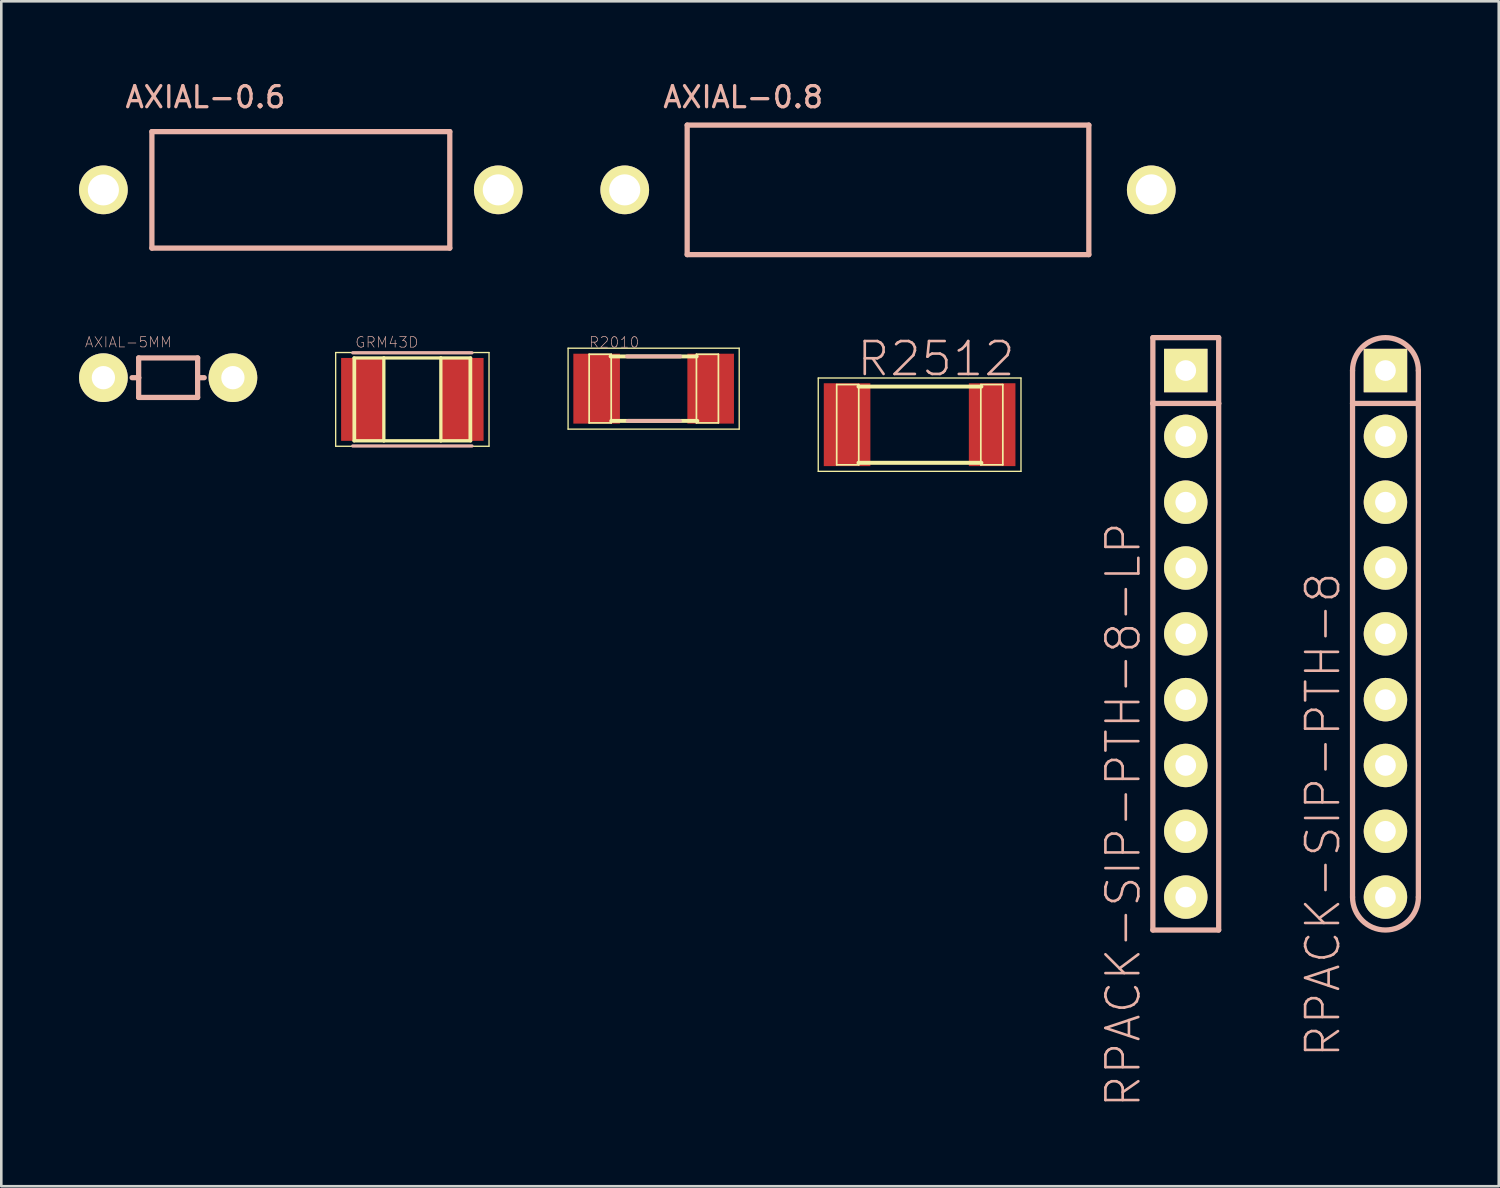
<source format=kicad_pcb>
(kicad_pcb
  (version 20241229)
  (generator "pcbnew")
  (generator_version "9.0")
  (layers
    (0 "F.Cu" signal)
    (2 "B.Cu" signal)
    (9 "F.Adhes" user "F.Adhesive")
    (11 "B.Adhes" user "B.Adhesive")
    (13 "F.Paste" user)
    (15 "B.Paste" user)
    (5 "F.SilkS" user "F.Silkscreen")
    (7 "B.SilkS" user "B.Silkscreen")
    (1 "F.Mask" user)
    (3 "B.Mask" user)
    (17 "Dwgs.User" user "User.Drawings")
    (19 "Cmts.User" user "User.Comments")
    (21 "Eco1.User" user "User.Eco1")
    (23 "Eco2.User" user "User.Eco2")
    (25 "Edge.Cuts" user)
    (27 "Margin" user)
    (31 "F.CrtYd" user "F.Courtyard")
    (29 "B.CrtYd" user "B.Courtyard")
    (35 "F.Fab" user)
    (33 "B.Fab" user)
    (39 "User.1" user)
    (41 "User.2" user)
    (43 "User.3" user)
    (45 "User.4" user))
  (footprint "AXIAL-0.8"
    (layer "F.Cu")
    (at 31.219 4.277)
    (property "Reference" "AXIAL-0.8" (at -5.588 -3.579 0) (layer "B.SilkS") (effects (font (size 0.813 0.813) (thickness 0.127))))
    (attr exclude_from_pos_files exclude_from_bom)
    (fp_line (start -7.75 -2.499) (end 7.75 -2.499) (stroke (width 0.203) (type solid)) (layer "B.SilkS"))
    (fp_line (start -7.75 2.499) (end -7.75 -2.499) (stroke (width 0.203) (type solid)) (layer "B.SilkS"))
    (fp_line (start 7.75 -2.499) (end 7.75 2.499) (stroke (width 0.203) (type solid)) (layer "B.SilkS"))
    (fp_line (start 7.75 2.499) (end -7.75 2.499) (stroke (width 0.203) (type solid)) (layer "B.SilkS"))
    (pad "P$1" thru_hole circle (at -10.16 0) (size 1.88 1.88) (drill 1.199) (layers "*.Cu" "F.Mask" "F.SilkS" "F.Paste"))
    (pad "P$2" thru_hole circle (at 10.16 0) (size 1.88 1.88) (drill 1.199) (layers "*.Cu" "F.Mask" "F.SilkS" "F.Paste")))
  (footprint "RPACK-SIP-PTH-8-LP"
    (layer "F.Cu")
    (at 42.71 11.25)
    (property "Reference" "RPACK-SIP-PTH-8-LP" (at -2.413 17.145 90) (layer "B.SilkS") (effects (font (size 1.27 1.27) (thickness 0.102))))
    (attr exclude_from_pos_files exclude_from_bom)
    (fp_line (start -1.27 -1.27) (end 1.27 -1.27) (stroke (width 0.203) (type solid)) (layer "B.SilkS"))
    (fp_line (start -1.27 1.27) (end -1.27 -1.27) (stroke (width 0.203) (type solid)) (layer "B.SilkS"))
    (fp_line (start -1.27 1.27) (end -1.27 21.59) (stroke (width 0.203) (type solid)) (layer "B.SilkS"))
    (fp_line (start -1.27 1.27) (end 1.27 1.27) (stroke (width 0.203) (type solid)) (layer "B.SilkS"))
    (fp_line (start -1.27 21.59) (end 1.27 21.59) (stroke (width 0.203) (type solid)) (layer "B.SilkS"))
    (fp_line (start 1.27 -1.27) (end 1.27 1.27) (stroke (width 0.203) (type solid)) (layer "B.SilkS"))
    (fp_line (start 1.27 21.59) (end 1.27 1.27) (stroke (width 0.203) (type solid)) (layer "B.SilkS"))
    (pad "P$1" thru_hole rect (at 0 0) (size 1.676 1.676) (drill 0.798) (layers "*.Cu" "F.Mask" "F.SilkS" "F.Paste"))
    (pad "P$2" thru_hole circle (at 0 2.54) (size 1.676 1.676) (drill 0.798) (layers "*.Cu" "F.Mask" "F.SilkS" "F.Paste"))
    (pad "P$3" thru_hole circle (at 0 5.08) (size 1.676 1.676) (drill 0.798) (layers "*.Cu" "F.Mask" "F.SilkS" "F.Paste"))
    (pad "P$4" thru_hole circle (at 0 7.62) (size 1.676 1.676) (drill 0.798) (layers "*.Cu" "F.Mask" "F.SilkS" "F.Paste"))
    (pad "P$5" thru_hole circle (at 0 10.16) (size 1.676 1.676) (drill 0.798) (layers "*.Cu" "F.Mask" "F.SilkS" "F.Paste"))
    (pad "P$6" thru_hole circle (at 0 12.7) (size 1.676 1.676) (drill 0.798) (layers "*.Cu" "F.Mask" "F.SilkS" "F.Paste"))
    (pad "P$7" thru_hole circle (at 0 15.24) (size 1.676 1.676) (drill 0.798) (layers "*.Cu" "F.Mask" "F.SilkS" "F.Paste"))
    (pad "P$8" thru_hole circle (at 0 17.78) (size 1.676 1.676) (drill 0.798) (layers "*.Cu" "F.Mask" "F.SilkS" "F.Paste"))
    (pad "P$9" thru_hole circle (at 0 20.32) (size 1.676 1.676) (drill 0.798) (layers "*.Cu" "F.Mask" "F.SilkS" "F.Paste")))
  (footprint "AXIAL-5MM"
    (layer "F.Cu")
    (at 3.439 11.525)
    (property "Reference" "AXIAL-5MM" (at -1.539 -1.369 0) (layer "B.SilkS") (effects (font (size 0.399 0.399) (thickness 0.025))))
    (attr exclude_from_pos_files exclude_from_bom)
    (fp_line (start -1.138 -0.762) (end 1.138 -0.762) (stroke (width 0.203) (type solid)) (layer "B.SilkS"))
    (fp_line (start -1.138 0) (end -1.392 0) (stroke (width 0.203) (type solid)) (layer "B.SilkS"))
    (fp_line (start -1.138 0) (end -1.138 -0.762) (stroke (width 0.203) (type solid)) (layer "B.SilkS"))
    (fp_line (start -1.138 0.762) (end -1.138 0) (stroke (width 0.203) (type solid)) (layer "B.SilkS"))
    (fp_line (start 1.138 -0.762) (end 1.138 0) (stroke (width 0.203) (type solid)) (layer "B.SilkS"))
    (fp_line (start 1.138 0) (end 1.138 0.762) (stroke (width 0.203) (type solid)) (layer "B.SilkS"))
    (fp_line (start 1.138 0) (end 1.392 0) (stroke (width 0.203) (type solid)) (layer "B.SilkS"))
    (fp_line (start 1.138 0.762) (end -1.138 0.762) (stroke (width 0.203) (type solid)) (layer "B.SilkS"))
    (pad "P$1" thru_hole circle (at -2.499 0) (size 1.88 1.88) (drill 0.899) (layers "*.Cu" "F.Mask" "F.SilkS" "F.Paste"))
    (pad "P$2" thru_hole circle (at 2.499 0) (size 1.88 1.88) (drill 0.899) (layers "*.Cu" "F.Mask" "F.SilkS" "F.Paste")))
  (footprint "R2010"
    (layer "F.Cu")
    (at 22.175 11.949)
    (property "Reference" "R2010" (at -1.524 -1.788 0) (layer "B.SilkS") (effects (font (size 0.406 0.406) (thickness 0.025))))
    (attr smd)
    (fp_line (start -3.302 -1.562) (end 3.302 -1.562) (stroke (width 0.051) (type solid)) (layer "F.SilkS"))
    (fp_line (start -3.302 1.562) (end -3.302 -1.562) (stroke (width 0.051) (type solid)) (layer "F.SilkS"))
    (fp_line (start -2.489 -1.328) (end -1.638 -1.328) (stroke (width 0.066) (type solid)) (layer "F.SilkS"))
    (fp_line (start -2.489 1.321) (end -2.489 -1.328) (stroke (width 0.066) (type solid)) (layer "F.SilkS"))
    (fp_line (start -2.489 1.321) (end -1.638 1.321) (stroke (width 0.066) (type solid)) (layer "F.SilkS"))
    (fp_line (start -1.661 -1.245) (end 1.661 -1.245) (stroke (width 0.152) (type solid)) (layer "F.SilkS"))
    (fp_line (start -1.638 1.321) (end -1.638 -1.328) (stroke (width 0.066) (type solid)) (layer "F.SilkS"))
    (fp_line (start -1.636 1.245) (end 1.687 1.245) (stroke (width 0.152) (type solid)) (layer "F.SilkS"))
    (fp_line (start 1.651 -1.328) (end 2.499 -1.328) (stroke (width 0.066) (type solid)) (layer "F.SilkS"))
    (fp_line (start 1.651 1.321) (end 1.651 -1.328) (stroke (width 0.066) (type solid)) (layer "F.SilkS"))
    (fp_line (start 1.651 1.321) (end 2.499 1.321) (stroke (width 0.066) (type solid)) (layer "F.SilkS"))
    (fp_line (start 2.499 1.321) (end 2.499 -1.328) (stroke (width 0.066) (type solid)) (layer "F.SilkS"))
    (fp_line (start 3.302 -1.562) (end 3.302 1.562) (stroke (width 0.051) (type solid)) (layer "F.SilkS"))
    (fp_line (start 3.302 1.562) (end -3.302 1.562) (stroke (width 0.051) (type solid)) (layer "F.SilkS"))
    (fp_line (start -1.026 -1.245) (end 1.026 -1.245) (stroke (width 0.152) (type solid)) (layer "B.SilkS"))
    (fp_line (start -1.001 1.245) (end 1.016 1.245) (stroke (width 0.152) (type solid)) (layer "B.SilkS"))
    (pad "1" smd rect (at -2.2 0) (size 1.798 2.697) (layers "F.Cu" "F.Mask" "F.Paste"))
    (pad "2" smd rect (at 2.2 0) (size 1.798 2.697) (layers "F.Cu" "F.Mask" "F.Paste")))
  (footprint "RPACK-SIP-PTH-8"
    (layer "F.Cu")
    (at 50.416 11.25)
    (property "Reference" "RPACK-SIP-PTH-8" (at -2.413 17.145 90) (layer "B.SilkS") (effects (font (size 1.27 1.27) (thickness 0.102))))
    (attr exclude_from_pos_files exclude_from_bom)
    (fp_line (start -1.27 0) (end -1.27 1.27) (stroke (width 0.203) (type solid)) (layer "B.SilkS"))
    (fp_line (start -1.27 1.27) (end -1.27 20.32) (stroke (width 0.203) (type solid)) (layer "B.SilkS"))
    (fp_line (start -1.27 1.27) (end 1.27 1.27) (stroke (width 0.203) (type solid)) (layer "B.SilkS"))
    (fp_line (start 1.27 1.27) (end 1.27 0) (stroke (width 0.203) (type solid)) (layer "B.SilkS"))
    (fp_line (start 1.27 20.32) (end 1.27 1.27) (stroke (width 0.203) (type solid)) (layer "B.SilkS"))
    (fp_arc (start -1.27 0) (mid 0 -1.27) (end 1.27 0) (stroke (width 0.2032) (type solid)) (layer "B.SilkS"))
    (fp_arc (start 1.27 20.32) (mid 0 21.59) (end -1.27 20.32) (stroke (width 0.2032) (type solid)) (layer "B.SilkS"))
    (pad "P$1" thru_hole rect (at 0 0) (size 1.676 1.676) (drill 0.798) (layers "*.Cu" "F.Mask" "F.SilkS" "F.Paste"))
    (pad "P$2" thru_hole circle (at 0 2.54) (size 1.676 1.676) (drill 0.798) (layers "*.Cu" "F.Mask" "F.SilkS" "F.Paste"))
    (pad "P$3" thru_hole circle (at 0 5.08) (size 1.676 1.676) (drill 0.798) (layers "*.Cu" "F.Mask" "F.SilkS" "F.Paste"))
    (pad "P$4" thru_hole circle (at 0 7.62) (size 1.676 1.676) (drill 0.798) (layers "*.Cu" "F.Mask" "F.SilkS" "F.Paste"))
    (pad "P$5" thru_hole circle (at 0 10.16) (size 1.676 1.676) (drill 0.798) (layers "*.Cu" "F.Mask" "F.SilkS" "F.Paste"))
    (pad "P$6" thru_hole circle (at 0 12.7) (size 1.676 1.676) (drill 0.798) (layers "*.Cu" "F.Mask" "F.SilkS" "F.Paste"))
    (pad "P$7" thru_hole circle (at 0 15.24) (size 1.676 1.676) (drill 0.798) (layers "*.Cu" "F.Mask" "F.SilkS" "F.Paste"))
    (pad "P$8" thru_hole circle (at 0 17.78) (size 1.676 1.676) (drill 0.798) (layers "*.Cu" "F.Mask" "F.SilkS" "F.Paste"))
    (pad "P$9" thru_hole circle (at 0 20.32) (size 1.676 1.676) (drill 0.798) (layers "*.Cu" "F.Mask" "F.SilkS" "F.Paste")))
  (footprint "R2512"
    (layer "F.Cu")
    (at 32.439 13.339)
    (property "Reference" "R2512" (at 0.635 -2.54 0) (layer "B.SilkS") (effects (font (size 1.27 1.27) (thickness 0.102))))
    (attr smd)
    (fp_line (start -3.912 -1.801) (end -3.912 1.801) (stroke (width 0.051) (type solid)) (layer "F.SilkS"))
    (fp_line (start -3.912 1.801) (end 3.912 1.801) (stroke (width 0.051) (type solid)) (layer "F.SilkS"))
    (fp_line (start -3.2 -1.549) (end -2.349 -1.549) (stroke (width 0.066) (type solid)) (layer "F.SilkS"))
    (fp_line (start -3.2 1.549) (end -3.2 -1.549) (stroke (width 0.066) (type solid)) (layer "F.SilkS"))
    (fp_line (start -3.2 1.549) (end -2.349 1.549) (stroke (width 0.066) (type solid)) (layer "F.SilkS"))
    (fp_line (start -2.36 -1.471) (end 2.385 -1.471) (stroke (width 0.152) (type solid)) (layer "F.SilkS"))
    (fp_line (start -2.36 1.471) (end 2.385 1.471) (stroke (width 0.152) (type solid)) (layer "F.SilkS"))
    (fp_line (start -2.349 1.549) (end -2.349 -1.549) (stroke (width 0.066) (type solid)) (layer "F.SilkS"))
    (fp_line (start 2.362 -1.549) (end 3.211 -1.549) (stroke (width 0.066) (type solid)) (layer "F.SilkS"))
    (fp_line (start 2.362 1.549) (end 2.362 -1.549) (stroke (width 0.066) (type solid)) (layer "F.SilkS"))
    (fp_line (start 2.362 1.549) (end 3.211 1.549) (stroke (width 0.066) (type solid)) (layer "F.SilkS"))
    (fp_line (start 3.211 1.549) (end 3.211 -1.549) (stroke (width 0.066) (type solid)) (layer "F.SilkS"))
    (fp_line (start 3.912 -1.801) (end -3.912 -1.801) (stroke (width 0.051) (type solid)) (layer "F.SilkS"))
    (fp_line (start 3.912 1.801) (end 3.912 -1.801) (stroke (width 0.051) (type solid)) (layer "F.SilkS"))
    (pad "1" smd rect (at -2.799 0) (size 1.798 3.198) (layers "F.Cu" "F.Mask" "F.Paste"))
    (pad "2" smd rect (at 2.799 0) (size 1.798 3.198) (layers "F.Cu" "F.Mask" "F.Paste")))
  (footprint "GRM43D"
    (layer "F.Cu")
    (at 12.863 12.363)
    (property "Reference" "GRM43D" (at -0.983 -2.202 0) (layer "B.SilkS") (effects (font (size 0.406 0.406) (thickness 0.025))))
    (attr smd)
    (fp_line (start -2.959 -1.808) (end 2.959 -1.808) (stroke (width 0.051) (type solid)) (layer "F.SilkS"))
    (fp_line (start -2.959 1.808) (end -2.959 -1.808) (stroke (width 0.051) (type solid)) (layer "F.SilkS"))
    (fp_line (start -2.248 -1.598) (end -2.248 1.598) (stroke (width 0.127) (type solid)) (layer "F.SilkS"))
    (fp_line (start -2.248 1.598) (end -1.1 1.598) (stroke (width 0.127) (type solid)) (layer "F.SilkS"))
    (fp_line (start -2.2 -1.598) (end -1.1 -1.598) (stroke (width 0.066) (type solid)) (layer "F.SilkS"))
    (fp_line (start -2.2 1.598) (end -2.2 -1.598) (stroke (width 0.066) (type solid)) (layer "F.SilkS"))
    (fp_line (start -2.2 1.598) (end -1.1 1.598) (stroke (width 0.066) (type solid)) (layer "F.SilkS"))
    (fp_line (start -1.1 -1.598) (end -2.248 -1.598) (stroke (width 0.127) (type solid)) (layer "F.SilkS"))
    (fp_line (start -1.1 -1.598) (end -1.1 1.598) (stroke (width 0.127) (type solid)) (layer "F.SilkS"))
    (fp_line (start -1.1 1.598) (end -1.1 -1.598) (stroke (width 0.066) (type solid)) (layer "F.SilkS"))
    (fp_line (start -1.1 1.598) (end 1.1 1.598) (stroke (width 0.127) (type solid)) (layer "F.SilkS"))
    (fp_line (start 1.1 -1.598) (end -1.1 -1.598) (stroke (width 0.127) (type solid)) (layer "F.SilkS"))
    (fp_line (start 1.1 -1.598) (end 1.1 1.598) (stroke (width 0.127) (type solid)) (layer "F.SilkS"))
    (fp_line (start 1.1 -1.598) (end 2.2 -1.598) (stroke (width 0.066) (type solid)) (layer "F.SilkS"))
    (fp_line (start 1.1 1.598) (end 1.1 -1.598) (stroke (width 0.066) (type solid)) (layer "F.SilkS"))
    (fp_line (start 1.1 1.598) (end 2.2 1.598) (stroke (width 0.066) (type solid)) (layer "F.SilkS"))
    (fp_line (start 1.1 1.598) (end 2.248 1.598) (stroke (width 0.127) (type solid)) (layer "F.SilkS"))
    (fp_line (start 2.2 1.598) (end 2.2 -1.598) (stroke (width 0.066) (type solid)) (layer "F.SilkS"))
    (fp_line (start 2.248 -1.598) (end 1.1 -1.598) (stroke (width 0.127) (type solid)) (layer "F.SilkS"))
    (fp_line (start 2.248 1.598) (end 2.248 -1.598) (stroke (width 0.127) (type solid)) (layer "F.SilkS"))
    (fp_line (start 2.959 -1.808) (end 2.959 1.808) (stroke (width 0.051) (type solid)) (layer "F.SilkS"))
    (fp_line (start 2.959 1.808) (end -2.959 1.808) (stroke (width 0.051) (type solid)) (layer "F.SilkS"))
    (fp_line (start -2.299 -1.798) (end 2.299 -1.798) (stroke (width 0.127) (type solid)) (layer "B.SilkS"))
    (fp_line (start -2.299 1.798) (end 2.299 1.798) (stroke (width 0.127) (type solid)) (layer "B.SilkS"))
    (pad "A" smd rect (at 1.925 0 90) (size 3.198 1.648) (layers "F.Cu" "F.Mask" "F.Paste"))
    (pad "R" smd rect (at -1.925 0 90) (size 3.198 1.648) (layers "F.Cu" "F.Mask" "F.Paste")))
  (footprint "AXIAL-0.6"
    (layer "F.Cu")
    (at 8.56 4.277)
    (property "Reference" "AXIAL-0.6" (at -3.683 -3.579 0) (layer "B.SilkS") (effects (font (size 0.813 0.813) (thickness 0.127))))
    (attr exclude_from_pos_files exclude_from_bom)
    (fp_line (start -5.748 -2.248) (end 5.748 -2.248) (stroke (width 0.203) (type solid)) (layer "B.SilkS"))
    (fp_line (start -5.748 2.248) (end -5.748 -2.248) (stroke (width 0.203) (type solid)) (layer "B.SilkS"))
    (fp_line (start 5.748 -2.248) (end 5.748 2.248) (stroke (width 0.203) (type solid)) (layer "B.SilkS"))
    (fp_line (start 5.748 2.248) (end -5.748 2.248) (stroke (width 0.203) (type solid)) (layer "B.SilkS"))
    (pad "P$1" thru_hole circle (at -7.62 0) (size 1.88 1.88) (drill 1.199) (layers "*.Cu" "F.Mask" "F.SilkS" "F.Paste"))
    (pad "P$2" thru_hole circle (at 7.62 0) (size 1.88 1.88) (drill 1.199) (layers "*.Cu" "F.Mask" "F.SilkS" "F.Paste")))
  (gr_rect
    (start -3 -3)
    (end 54.788 42.729)
    (stroke (width 0.1) (type default))
    (fill no)
    (layer "Edge.Cuts")))
</source>
